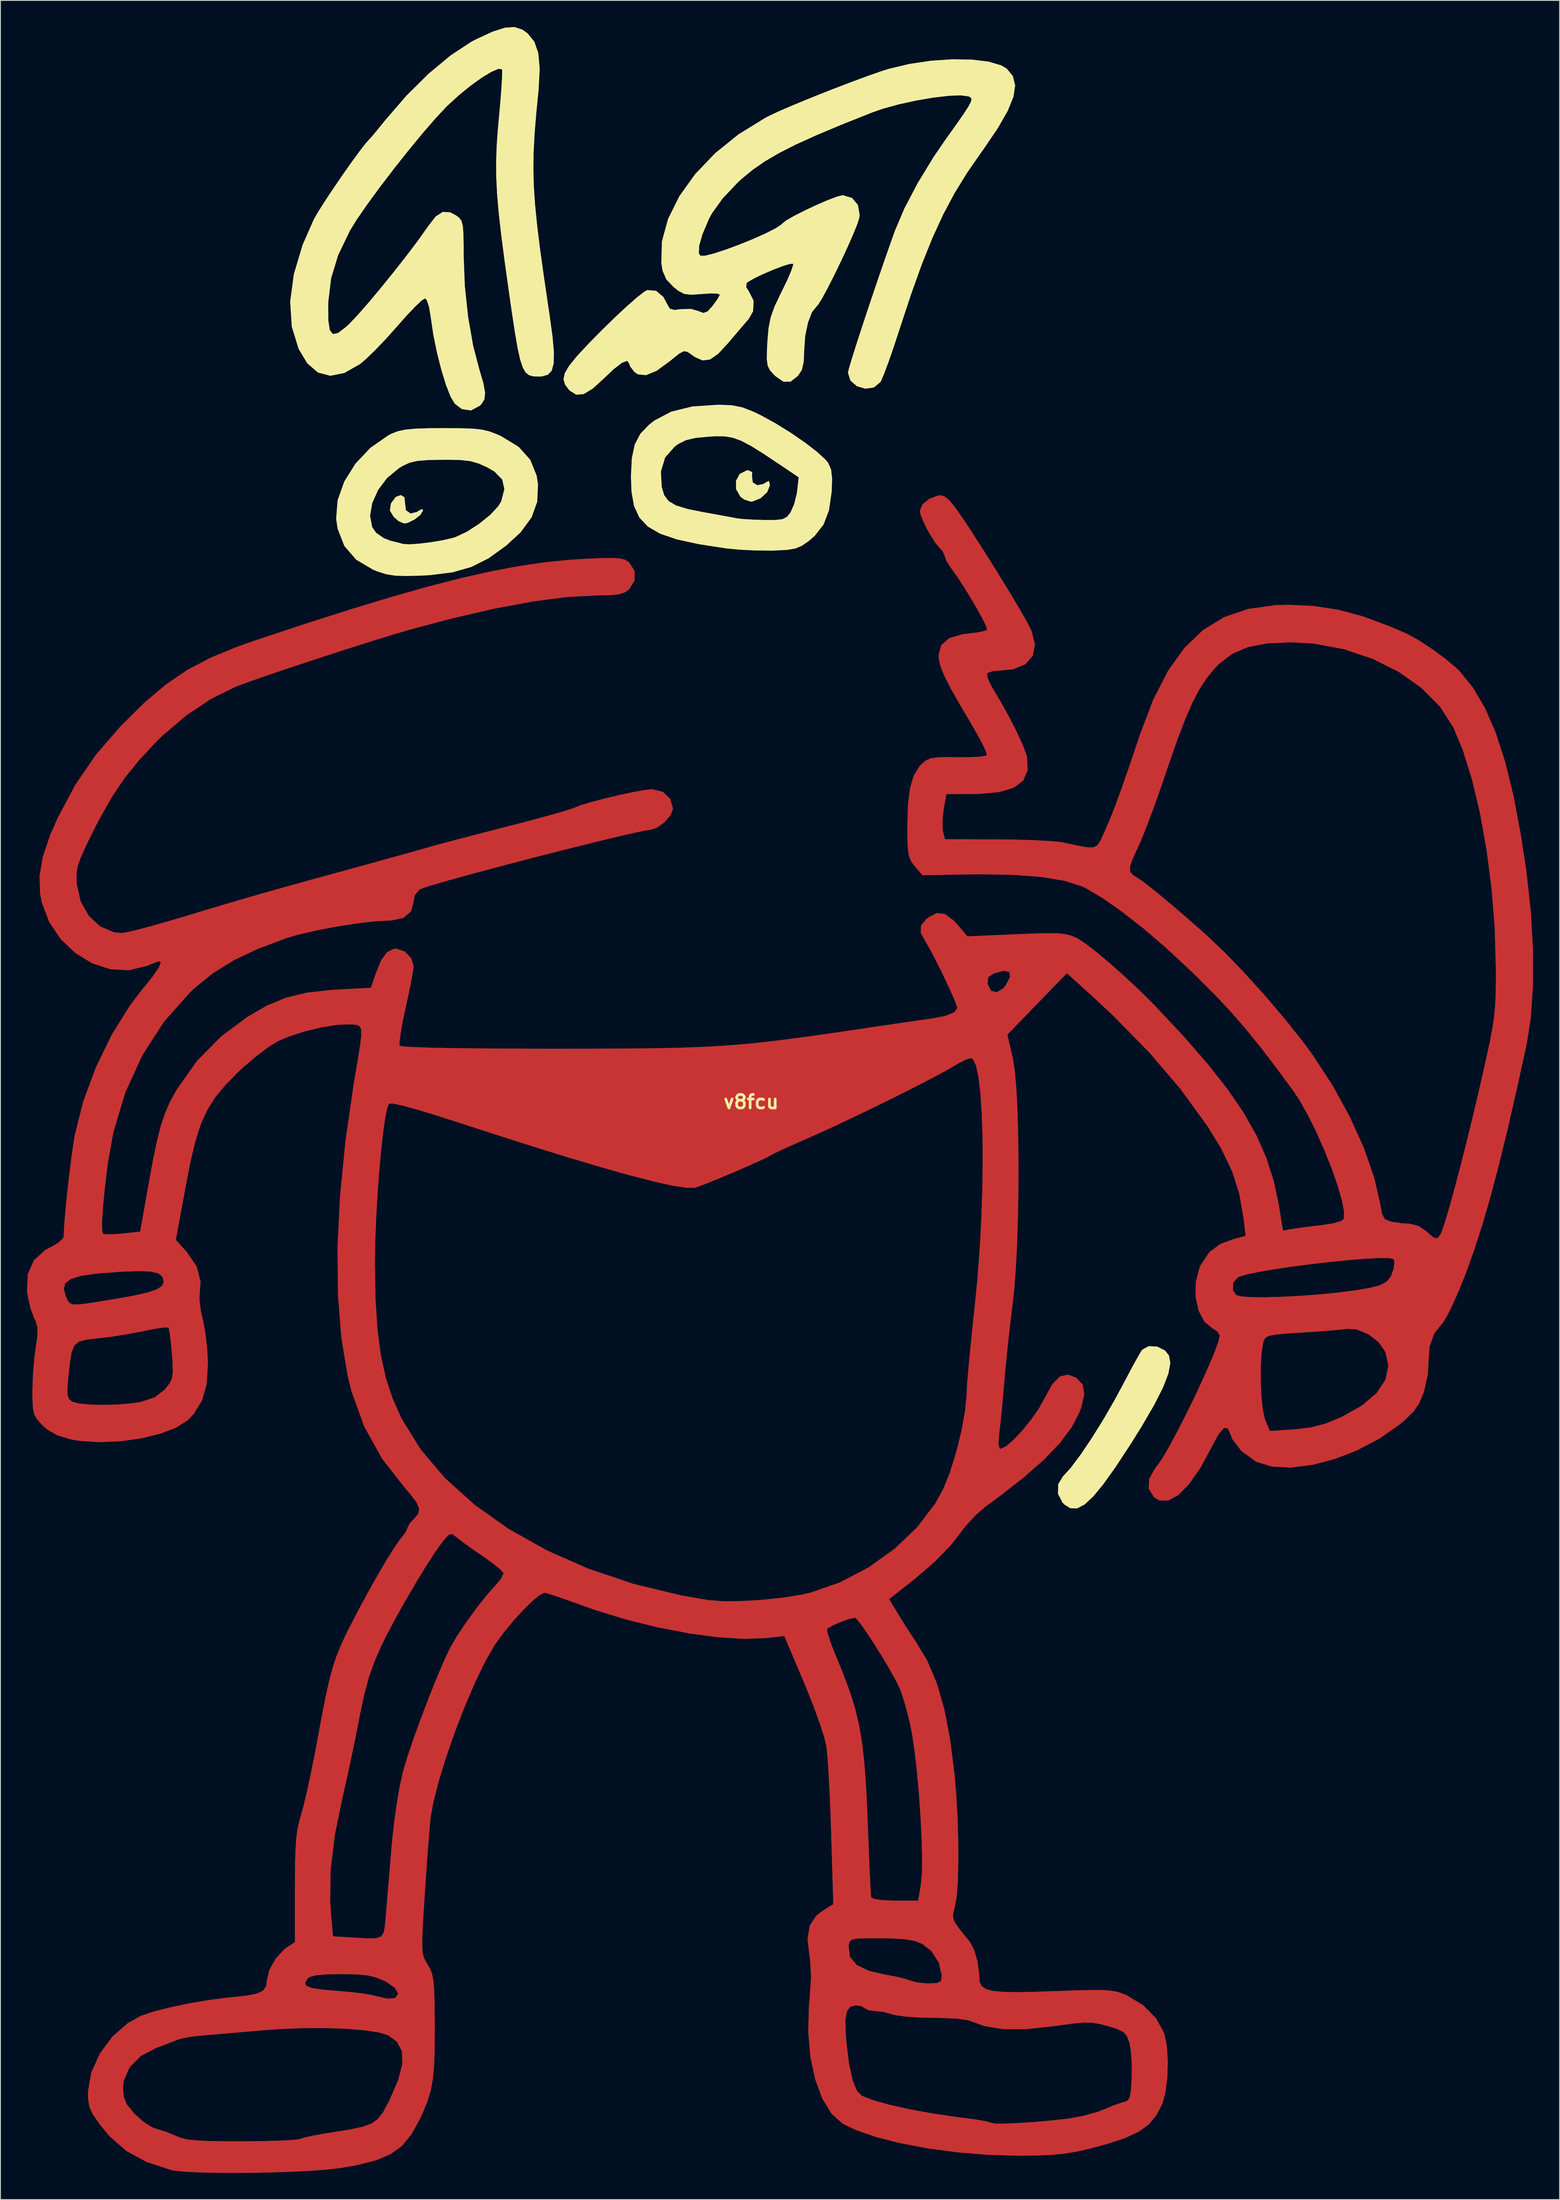
<source format=kicad_pcb>
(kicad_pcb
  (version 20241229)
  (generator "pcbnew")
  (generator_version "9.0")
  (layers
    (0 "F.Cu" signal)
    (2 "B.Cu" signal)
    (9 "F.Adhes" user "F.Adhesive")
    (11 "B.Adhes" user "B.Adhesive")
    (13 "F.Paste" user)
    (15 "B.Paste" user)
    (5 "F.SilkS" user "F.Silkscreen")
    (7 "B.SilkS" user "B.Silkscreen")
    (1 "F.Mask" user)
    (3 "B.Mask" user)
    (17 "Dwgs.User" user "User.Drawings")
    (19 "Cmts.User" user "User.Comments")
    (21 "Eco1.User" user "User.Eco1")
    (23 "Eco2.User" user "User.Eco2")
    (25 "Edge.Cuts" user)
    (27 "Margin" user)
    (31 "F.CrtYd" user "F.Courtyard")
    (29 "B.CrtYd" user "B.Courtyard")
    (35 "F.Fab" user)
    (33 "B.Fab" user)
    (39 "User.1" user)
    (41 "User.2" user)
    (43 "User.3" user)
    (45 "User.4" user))
  (footprint "v8fcu"
    (layer "F.Cu")
    (at 82.649 121.434)
    (property "Reference" "v8fcu" (at -0.9 -0.15 0) (layer "F.SilkS") (effects (font (size 1.524 1.524) (thickness 0.3))))
    (attr through_hole)
    (fp_poly (pts (xy 20.947 -68.468) (xy 21.453 -68.05) (xy 22.116 -67.251) (xy 23.005 -65.99) (xy 23.909 -64.62) (xy 25.475 -62.181) (xy 26.946 -59.842) (xy 28.263 -57.698) (xy 29.369 -55.844) (xy 30.208 -54.374) (xy 30.721 -53.384) (xy 30.762 -53.293) (xy 31.146 -51.76) (xy 30.9 -50.486) (xy 30.073 -49.535) (xy 28.711 -48.968) (xy 27.366 -48.833) (xy 26.421 -48.756) (xy 25.815 -48.563) (xy 25.743 -48.494) (xy 25.788 -48.015) (xy 26.147 -47.206) (xy 26.374 -46.818) (xy 27.332 -45.216) (xy 28.275 -43.5) (xy 29.121 -41.834) (xy 29.788 -40.381) (xy 30.194 -39.306) (xy 30.26 -39.044) (xy 30.316 -37.557) (xy 29.827 -36.417) (xy 28.769 -35.606) (xy 27.116 -35.105) (xy 24.843 -34.898) (xy 24.325 -34.89) (xy 21.151 -34.874) (xy 20.847 -33.211) (xy 20.708 -32.013) (xy 20.716 -30.961) (xy 20.764 -30.665) (xy 20.986 -29.783) (xy 26.888 -29.768) (xy 28.992 -29.742) (xy 30.97 -29.682) (xy 32.662 -29.593) (xy 33.907 -29.485) (xy 34.378 -29.412) (xy 36.008 -29.059) (xy 37.091 -28.865) (xy 37.777 -28.871) (xy 38.216 -29.119) (xy 38.555 -29.651) (xy 38.946 -30.51) (xy 39.042 -30.72) (xy 39.59 -31.987) (xy 40.206 -33.552) (xy 40.921 -35.505) (xy 41.769 -37.936) (xy 42.783 -40.934) (xy 43.006 -41.601) (xy 44.492 -45.505) (xy 46.148 -48.748) (xy 48.011 -51.364) (xy 50.118 -53.384) (xy 52.507 -54.841) (xy 55.214 -55.769) (xy 58.278 -56.199) (xy 59.707 -56.239) (xy 62.626 -56.104) (xy 65.409 -55.677) (xy 68.248 -54.909) (xy 71.33 -53.756) (xy 73.183 -52.947) (xy 74.435 -52.264) (xy 75.941 -51.28) (xy 77.446 -50.176) (xy 78.692 -49.137) (xy 79.07 -48.77) (xy 80.599 -46.886) (xy 81.96 -44.579) (xy 83.166 -41.801) (xy 84.236 -38.505) (xy 85.184 -34.642) (xy 86.027 -30.163) (xy 86.635 -26.115) (xy 87.129 -21.629) (xy 87.374 -17.296) (xy 87.373 -13.245) (xy 87.123 -9.606) (xy 86.663 -6.676) (xy 85.533 -1.512) (xy 84.489 3.03) (xy 83.51 7.025) (xy 82.577 10.549) (xy 81.668 13.677) (xy 80.765 16.485) (xy 79.846 19.048) (xy 79.632 19.606) (xy 78.97 21.232) (xy 78.305 22.725) (xy 77.709 23.935) (xy 77.254 24.713) (xy 77.097 24.897) (xy 76.236 25.967) (xy 75.707 27.453) (xy 75.592 28.954) (xy 75.496 30.645) (xy 75.097 32.438) (xy 75.024 32.658) (xy 74.526 33.857) (xy 73.866 34.823) (xy 72.858 35.802) (xy 72.313 36.255) (xy 70.052 37.838) (xy 67.573 39.146) (xy 64.998 40.149) (xy 62.45 40.815) (xy 60.051 41.114) (xy 57.925 41.013) (xy 56.194 40.483) (xy 56.035 40.398) (xy 54.452 39.249) (xy 53.45 37.938) (xy 53.216 37.333) (xy 52.903 36.679) (xy 52.479 36.659) (xy 51.92 37.289) (xy 51.203 38.583) (xy 51.135 38.724) (xy 49.836 41.133) (xy 48.56 42.972) (xy 47.338 44.216) (xy 46.198 44.839) (xy 45.169 44.817) (xy 44.585 44.455) (xy 43.992 43.507) (xy 44.05 42.377) (xy 44.754 41.138) (xy 44.913 40.949) (xy 45.469 40.167) (xy 46.217 38.904) (xy 47.096 37.285) (xy 48.049 35.43) (xy 49.017 33.462) (xy 49.94 31.503) (xy 49.965 31.448) (xy 56.637 31.448) (xy 56.719 33.172) (xy 56.88 34.651) (xy 57.114 35.666) (xy 57.135 35.718) (xy 57.667 36.992) (xy 60.429 36.803) (xy 62.315 36.585) (xy 63.96 36.155) (xy 65.763 35.409) (xy 65.806 35.389) (xy 68.083 34.106) (xy 69.728 32.7) (xy 70.723 31.197) (xy 71.05 29.625) (xy 70.727 28.104) (xy 69.956 26.976) (xy 68.789 26.067) (xy 67.469 25.526) (xy 66.425 25.465) (xy 65.595 25.559) (xy 64.259 25.676) (xy 62.616 25.798) (xy 61.204 25.889) (xy 59.465 26) (xy 58.304 26.107) (xy 57.591 26.244) (xy 57.201 26.443) (xy 57.005 26.739) (xy 56.918 27.014) (xy 56.731 28.148) (xy 56.639 29.7) (xy 56.637 31.448) (xy 49.965 31.448) (xy 50.761 29.675) (xy 51.42 28.1) (xy 51.858 26.9) (xy 52.017 26.199) (xy 51.729 25.743) (xy 51.223 25.422) (xy 50.276 24.649) (xy 49.619 23.4) (xy 49.284 21.854) (xy 49.293 21.096) (xy 53.505 21.096) (xy 53.837 21.637) (xy 54.365 21.797) (xy 55.473 21.883) (xy 57.037 21.9) (xy 58.937 21.851) (xy 61.049 21.742) (xy 63.251 21.577) (xy 65.423 21.361) (xy 67.01 21.159) (xy 68.812 20.871) (xy 70.042 20.56) (xy 70.831 20.155) (xy 71.311 19.583) (xy 71.613 18.773) (xy 71.654 18.619) (xy 71.731 17.907) (xy 71.641 17.593) (xy 71.146 17.481) (xy 70.075 17.47) (xy 68.547 17.546) (xy 66.68 17.694) (xy 64.595 17.9) (xy 62.411 18.151) (xy 60.248 18.433) (xy 58.224 18.731) (xy 56.459 19.032) (xy 55.074 19.322) (xy 54.186 19.586) (xy 54.058 19.646) (xy 53.518 20.271) (xy 53.505 21.096) (xy 49.293 21.096) (xy 49.305 20.193) (xy 49.715 18.597) (xy 49.895 18.204) (xy 50.839 16.807) (xy 52.086 15.881) (xy 53.562 15.338) (xy 54.93 14.968) (xy 54.696 12.965) (xy 54.213 10.209) (xy 53.393 7.649) (xy 52.155 5.076) (xy 50.635 2.604) (xy 47.594 -1.579) (xy 44.061 -5.717) (xy 39.961 -9.896) (xy 37.475 -12.208) (xy 34.752 -14.669) (xy 31.391 -11.202) (xy 28.03 -7.735) (xy 28.646 -5.089) (xy 28.866 -3.716) (xy 29.04 -1.755) (xy 29.169 0.676) (xy 29.252 3.461) (xy 29.29 6.484) (xy 29.283 9.626) (xy 29.23 12.773) (xy 29.132 15.806) (xy 28.99 18.61) (xy 28.802 21.067) (xy 28.632 22.604) (xy 28.355 24.869) (xy 28.074 27.401) (xy 27.827 29.847) (xy 27.686 31.424) (xy 27.526 33.269) (xy 27.36 35.03) (xy 27.208 36.491) (xy 27.106 37.333) (xy 27.022 38.474) (xy 27.169 38.983) (xy 27.251 39.008) (xy 27.861 38.732) (xy 28.723 37.997) (xy 29.714 36.942) (xy 30.714 35.708) (xy 31.601 34.434) (xy 32.254 33.26) (xy 32.267 33.232) (xy 33.114 31.696) (xy 33.975 30.838) (xy 34.893 30.631) (xy 35.798 30.977) (xy 36.522 31.732) (xy 36.718 32.818) (xy 36.39 34.299) (xy 36.175 34.867) (xy 35.298 36.554) (xy 33.99 38.31) (xy 32.202 40.183) (xy 29.887 42.222) (xy 26.995 44.475) (xy 25.544 45.535) (xy 24.425 46.501) (xy 23.341 47.689) (xy 22.997 48.147) (xy 21.59 49.944) (xy 19.825 51.745) (xy 17.575 53.68) (xy 16.974 54.158) (xy 14.683 55.958) (xy 15.799 57.805) (xy 16.548 59.012) (xy 17.281 60.145) (xy 17.664 60.707) (xy 18.975 62.88) (xy 20.047 65.397) (xy 20.905 68.347) (xy 21.576 71.817) (xy 22.064 75.697) (xy 22.271 78.164) (xy 22.412 80.745) (xy 22.487 83.304) (xy 22.496 85.706) (xy 22.439 87.817) (xy 22.315 89.502) (xy 22.123 90.624) (xy 22.114 90.656) (xy 21.929 91.326) (xy 21.891 91.846) (xy 22.069 92.373) (xy 22.527 93.064) (xy 23.334 94.074) (xy 23.829 94.676) (xy 24.3 95.579) (xy 24.666 96.878) (xy 24.846 98.265) (xy 24.853 98.546) (xy 24.911 99.165) (xy 25.138 99.633) (xy 25.617 99.965) (xy 26.427 100.177) (xy 27.649 100.286) (xy 29.365 100.307) (xy 31.656 100.255) (xy 33.341 100.195) (xy 35.671 100.112) (xy 37.417 100.069) (xy 38.698 100.073) (xy 39.635 100.13) (xy 40.347 100.248) (xy 40.955 100.434) (xy 41.505 100.662) (xy 43.347 101.775) (xy 44.814 103.257) (xy 45.735 104.926) (xy 46.031 106.323) (xy 46.147 108.107) (xy 46.088 110.002) (xy 45.862 111.731) (xy 45.528 112.902) (xy 44.87 114.179) (xy 44.033 115.2) (xy 42.907 116.035) (xy 41.378 116.755) (xy 39.336 117.431) (xy 37.59 117.902) (xy 35.993 118.276) (xy 34.533 118.527) (xy 32.992 118.677) (xy 31.151 118.749) (xy 29.147 118.766) (xy 25.754 118.665) (xy 22.33 118.379) (xy 19.001 117.93) (xy 15.894 117.341) (xy 13.133 116.637) (xy 10.847 115.839) (xy 9.405 115.127) (xy 8.162 113.999) (xy 7.127 112.295) (xy 6.327 110.124) (xy 5.792 107.594) (xy 5.55 104.812) (xy 5.587 103.455) (xy 9.747 103.455) (xy 9.781 104.991) (xy 9.845 105.8) (xy 10.149 108.347) (xy 10.546 110.217) (xy 11.044 111.435) (xy 11.595 112.001) (xy 12.847 112.493) (xy 14.672 113.007) (xy 16.939 113.514) (xy 19.519 113.986) (xy 22.28 114.396) (xy 23.232 114.515) (xy 24.565 114.697) (xy 25.61 114.882) (xy 26.183 115.037) (xy 26.23 115.067) (xy 26.666 115.142) (xy 27.66 115.148) (xy 29.07 115.092) (xy 30.753 114.984) (xy 32.567 114.83) (xy 34.369 114.64) (xy 35.083 114.552) (xy 36.599 114.271) (xy 38.104 113.858) (xy 38.964 113.534) (xy 40.051 113.079) (xy 40.973 112.756) (xy 41.257 112.684) (xy 41.625 112.535) (xy 41.852 112.153) (xy 41.985 111.385) (xy 42.067 110.079) (xy 42.074 109.913) (xy 42.078 108.412) (xy 41.984 107.007) (xy 41.811 106.001) (xy 41.809 105.994) (xy 41.535 105.262) (xy 41.124 104.795) (xy 40.381 104.446) (xy 39.363 104.137) (xy 38.386 103.886) (xy 37.541 103.754) (xy 36.631 103.742) (xy 35.457 103.849) (xy 33.823 104.074) (xy 33.454 104.129) (xy 30.183 104.483) (xy 27.491 104.485) (xy 25.39 104.134) (xy 24.464 103.778) (xy 23.57 103.476) (xy 22.273 103.295) (xy 20.445 103.219) (xy 19.706 103.214) (xy 18.064 103.176) (xy 16.589 103.075) (xy 15.487 102.928) (xy 15.086 102.822) (xy 14.002 102.532) (xy 13.129 102.446) (xy 12.348 102.348) (xy 11.962 102.132) (xy 11.487 101.875) (xy 10.921 101.803) (xy 10.292 101.955) (xy 9.909 102.475) (xy 9.747 103.455) (xy 5.587 103.455) (xy 5.63 101.886) (xy 5.696 101.213) (xy 5.875 98.634) (xy 5.763 96.654) (xy 5.698 96.284) (xy 5.566 95.119) (xy 10.108 95.119) (xy 10.255 96.31) (xy 11.018 97.236) (xy 12.417 97.912) (xy 14.005 98.283) (xy 15.336 98.532) (xy 16.432 98.788) (xy 17.07 98.998) (xy 17.092 99.01) (xy 17.765 99.203) (xy 18.794 99.314) (xy 19.12 99.323) (xy 20.064 99.289) (xy 20.498 99.093) (xy 20.616 98.62) (xy 20.619 98.434) (xy 20.298 96.976) (xy 19.441 95.663) (xy 18.409 94.854) (xy 17.592 94.536) (xy 16.477 94.341) (xy 14.907 94.247) (xy 13.74 94.231) (xy 12.139 94.23) (xy 11.11 94.265) (xy 10.522 94.368) (xy 10.241 94.571) (xy 10.135 94.906) (xy 10.108 95.119) (xy 5.566 95.119) (xy 5.473 94.301) (xy 5.729 92.78) (xy 6.485 91.649) (xy 7.103 91.179) (xy 8.379 90.39) (xy 8.141 82.402) (xy 8.057 79.967) (xy 7.957 77.653) (xy 7.847 75.592) (xy 7.735 73.918) (xy 7.628 72.766) (xy 7.59 72.492) (xy 7.341 71.491) (xy 6.862 70.012) (xy 6.213 68.222) (xy 5.453 66.287) (xy 5.061 65.346) (xy 2.844 60.122) (xy 0.884 60.347) (xy -1.612 60.45) (xy -4.596 60.267) (xy -7.925 59.823) (xy -10.299 59.366) (xy 7.66 59.366) (xy 7.738 59.823) (xy 8.04 60.747) (xy 8.508 61.963) (xy 8.653 62.314) (xy 9.535 64.474) (xy 10.249 66.401) (xy 10.817 68.215) (xy 11.261 70.034) (xy 11.601 71.977) (xy 11.859 74.163) (xy 12.057 76.711) (xy 12.214 79.741) (xy 12.338 82.929) (xy 12.416 84.988) (xy 12.493 86.808) (xy 12.565 88.27) (xy 12.626 89.254) (xy 12.665 89.632) (xy 13.042 89.803) (xy 13.94 89.928) (xy 15.177 89.984) (xy 15.366 89.985) (xy 17.964 89.985) (xy 18.285 88.044) (xy 18.386 86.838) (xy 18.404 85.08) (xy 18.348 82.92) (xy 18.228 80.505) (xy 18.052 77.983) (xy 17.83 75.503) (xy 17.571 73.214) (xy 17.284 71.263) (xy 17.225 70.935) (xy 16.863 69.254) (xy 16.419 67.602) (xy 15.975 66.272) (xy 15.862 65.996) (xy 15.373 65.013) (xy 14.674 63.763) (xy 13.848 62.378) (xy 12.982 60.993) (xy 12.158 59.741) (xy 11.463 58.755) (xy 10.98 58.168) (xy 10.828 58.064) (xy 10.188 58.197) (xy 9.294 58.508) (xy 8.407 58.889) (xy 7.79 59.232) (xy 7.66 59.366) (xy -10.299 59.366) (xy -11.452 59.144) (xy -15.035 58.255) (xy -18.527 57.181) (xy -19.708 56.764) (xy -21.32 56.183) (xy -22.699 55.703) (xy -23.708 55.372) (xy -24.206 55.237) (xy -24.221 55.236) (xy -24.772 55.499) (xy -25.628 56.207) (xy -26.675 57.239) (xy -27.797 58.473) (xy -28.878 59.79) (xy -29.803 61.067) (xy -29.847 61.135) (xy -30.896 62.951) (xy -32.028 65.282) (xy -33.18 67.962) (xy -34.292 70.826) (xy -35.302 73.707) (xy -36.148 76.441) (xy -36.768 78.861) (xy -37.072 80.543) (xy -37.162 81.427) (xy -37.285 82.87) (xy -37.428 84.728) (xy -37.582 86.859) (xy -37.733 89.103) (xy -37.885 91.465) (xy -37.986 93.232) (xy -38.032 94.513) (xy -38.019 95.415) (xy -37.942 96.047) (xy -37.797 96.518) (xy -37.58 96.936) (xy -37.407 97.217) (xy -37.114 97.737) (xy -36.905 98.297) (xy -36.765 99.023) (xy -36.68 100.042) (xy -36.636 101.48) (xy -36.617 103.464) (xy -36.614 104.096) (xy -36.624 106.624) (xy -36.69 108.599) (xy -36.838 110.175) (xy -37.092 111.503) (xy -37.477 112.737) (xy -38.018 114.028) (xy -38.339 114.71) (xy -39.259 116.365) (xy -40.298 117.629) (xy -41.581 118.576) (xy -43.231 119.283) (xy -45.372 119.825) (xy -47.29 120.156) (xy -48.829 120.333) (xy -50.811 120.478) (xy -53.103 120.59) (xy -55.571 120.667) (xy -58.081 120.707) (xy -60.5 120.709) (xy -62.695 120.672) (xy -64.532 120.593) (xy -65.877 120.471) (xy -66.387 120.379) (xy -69.156 119.466) (xy -71.407 118.242) (xy -73.296 116.607) (xy -74.477 115.177) (xy -75.233 114.07) (xy -75.626 113.194) (xy -75.762 112.252) (xy -75.762 111.478) (xy -75.698 111.12) (xy -71.808 111.12) (xy -71.723 112.144) (xy -71.377 112.97) (xy -70.636 113.894) (xy -70.459 114.084) (xy -69.508 114.936) (xy -68.549 115.552) (xy -68.078 115.728) (xy -67.043 116.035) (xy -65.908 116.498) (xy -65.811 116.545) (xy -65.235 116.772) (xy -64.501 116.935) (xy -63.493 117.044) (xy -62.097 117.108) (xy -60.196 117.136) (xy -58.403 117.138) (xy -56.367 117.121) (xy -54.566 117.078) (xy -53.122 117.016) (xy -52.159 116.94) (xy -51.814 116.869) (xy -51.3 116.706) (xy -50.266 116.483) (xy -48.891 116.237) (xy -48.11 116.113) (xy -46.139 115.799) (xy -44.727 115.495) (xy -43.735 115.124) (xy -43.023 114.605) (xy -42.45 113.858) (xy -41.878 112.805) (xy -41.716 112.481) (xy -40.739 110.223) (xy -40.273 108.407) (xy -40.32 106.985) (xy -40.879 105.913) (xy -41.876 105.18) (xy -42.924 104.858) (xy -44.548 104.611) (xy -46.619 104.446) (xy -49.012 104.366) (xy -51.599 104.376) (xy -54.253 104.483) (xy -56.11 104.619) (xy -58.069 104.792) (xy -59.992 104.958) (xy -61.654 105.099) (xy -62.812 105.194) (xy -64.081 105.335) (xy -65.147 105.526) (xy -65.635 105.671) (xy -66.381 105.973) (xy -67.467 106.385) (xy -68.024 106.589) (xy -69.802 107.511) (xy -71.057 108.768) (xy -71.72 110.278) (xy -71.808 111.12) (xy -75.698 111.12) (xy -75.381 109.346) (xy -74.426 107.244) (xy -73.016 105.34) (xy -71.269 103.802) (xy -69.774 102.976) (xy -68.417 102.518) (xy -66.565 102.042) (xy -64.427 101.592) (xy -62.212 101.211) (xy -60.129 100.94) (xy -59.638 100.893) (xy -57.863 100.704) (xy -56.682 100.466) (xy -55.982 100.128) (xy -55.652 99.639) (xy -55.605 99.259) (xy -51.253 99.259) (xy -51.112 99.601) (xy -50.483 99.846) (xy -49.289 100.027) (xy -47.744 100.157) (xy -46.16 100.293) (xy -44.729 100.464) (xy -43.679 100.642) (xy -43.41 100.71) (xy -41.956 101.043) (xy -41.075 100.969) (xy -40.764 100.486) (xy -40.764 100.454) (xy -41.095 99.848) (xy -42.03 99.185) (xy -42.302 99.043) (xy -43.218 98.656) (xy -44.21 98.421) (xy -45.488 98.305) (xy -47.198 98.275) (xy -48.933 98.307) (xy -50.079 98.413) (xy -50.749 98.609) (xy -50.982 98.789) (xy -51.253 99.259) (xy -55.605 99.259) (xy -55.579 99.056) (xy -55.301 97.828) (xy -54.582 96.537) (xy -53.597 95.469) (xy -53.304 95.255) (xy -52.406 94.666) (xy -52.406 90.111) (xy -48.421 90.111) (xy -48.364 90.98) (xy -48.112 94.01) (xy -45.937 94.14) (xy -44.322 94.238) (xy -43.277 94.236) (xy -42.669 94.036) (xy -42.361 93.541) (xy -42.219 92.654) (xy -42.117 91.396) (xy -41.996 89.94) (xy -41.836 88.023) (xy -41.657 85.887) (xy -41.479 83.774) (xy -41.467 83.636) (xy -41.242 81.483) (xy -40.936 79.245) (xy -40.587 77.183) (xy -40.235 75.558) (xy -40.226 75.522) (xy -39.743 73.889) (xy -39.042 71.805) (xy -38.194 69.46) (xy -37.272 67.044) (xy -36.349 64.748) (xy -35.498 62.764) (xy -34.857 61.41) (xy -34.122 60.156) (xy -33.081 58.603) (xy -31.896 56.977) (xy -30.732 55.502) (xy -29.754 54.405) (xy -29.75 54.4) (xy -29.141 53.672) (xy -28.863 53.097) (xy -28.867 52.989) (xy -29.204 52.613) (xy -29.981 51.981) (xy -31.041 51.216) (xy -31.264 51.065) (xy -32.451 50.248) (xy -33.477 49.507) (xy -34.14 48.99) (xy -34.184 48.951) (xy -34.643 48.611) (xy -35.019 48.684) (xy -35.538 49.24) (xy -35.681 49.417) (xy -36.506 50.559) (xy -37.555 52.172) (xy -38.734 54.097) (xy -39.949 56.175) (xy -41.108 58.246) (xy -42.115 60.153) (xy -42.673 61.288) (xy -43.439 63.045) (xy -44.048 64.771) (xy -44.569 66.697) (xy -45.071 69.056) (xy -45.161 69.524) (xy -45.597 71.733) (xy -46.087 74.099) (xy -46.573 76.338) (xy -46.993 78.166) (xy -46.994 78.167) (xy -47.903 82.595) (xy -48.376 86.551) (xy -48.421 90.111) (xy -52.406 90.111) (xy -52.406 88.579) (xy -52.393 86.198) (xy -52.346 84.382) (xy -52.255 82.989) (xy -52.106 81.88) (xy -51.888 80.914) (xy -51.711 80.317) (xy -51.411 79.225) (xy -51.03 77.61) (xy -50.606 75.644) (xy -50.176 73.499) (xy -49.915 72.107) (xy -49.391 69.285) (xy -48.948 67.036) (xy -48.549 65.238) (xy -48.161 63.767) (xy -47.749 62.502) (xy -47.278 61.318) (xy -46.713 60.093) (xy -46.275 59.209) (xy -45.242 57.209) (xy -44.145 55.181) (xy -43.055 53.246) (xy -42.044 51.528) (xy -41.183 50.149) (xy -40.544 49.233) (xy -40.382 49.04) (xy -39.884 48.385) (xy -39.706 47.948) (xy -39.467 47.461) (xy -39 46.946) (xy -38.483 46.348) (xy -38.37 45.741) (xy -38.698 44.99) (xy -39.503 43.958) (xy -39.936 43.47) (xy -42.565 40.107) (xy -44.571 36.494) (xy -46.009 32.524) (xy -46.447 30.771) (xy -47.16 26.477) (xy -47.541 21.62) (xy -47.571 18.194) (xy -43.372 18.194) (xy -43.301 22.143) (xy -43.086 25.513) (xy -42.706 28.422) (xy -42.142 30.986) (xy -41.373 33.323) (xy -40.379 35.548) (xy -40.336 35.632) (xy -38.201 39.084) (xy -35.439 42.327) (xy -32.105 45.327) (xy -28.255 48.052) (xy -23.945 50.468) (xy -19.231 52.543) (xy -14.169 54.244) (xy -8.814 55.538) (xy -5.662 56.079) (xy -4.041 56.198) (xy -1.962 56.18) (xy 0.346 56.041) (xy 2.653 55.799) (xy 4.728 55.471) (xy 5.803 55.23) (xy 9.169 54.055) (xy 12.377 52.373) (xy 15.308 50.277) (xy 17.844 47.858) (xy 19.869 45.208) (xy 20.794 43.535) (xy 21.544 41.672) (xy 22.242 39.433) (xy 22.829 37.062) (xy 23.246 34.804) (xy 23.434 32.903) (xy 23.439 32.658) (xy 23.48 31.844) (xy 23.591 30.455) (xy 23.759 28.62) (xy 23.973 26.464) (xy 24.221 24.115) (xy 24.326 23.154) (xy 24.653 19.83) (xy 24.908 16.44) (xy 25.091 13.058) (xy 25.205 9.758) (xy 25.25 6.61) (xy 25.228 3.689) (xy 25.138 1.066) (xy 24.983 -1.185) (xy 24.764 -2.991) (xy 24.48 -4.281) (xy 24.135 -4.981) (xy 23.915 -5.089) (xy 23.336 -4.911) (xy 22.453 -4.463) (xy 22.073 -4.234) (xy 21.072 -3.654) (xy 19.556 -2.842) (xy 17.65 -1.859) (xy 15.482 -0.769) (xy 13.176 0.367) (xy 10.86 1.487) (xy 8.658 2.527) (xy 6.698 3.425) (xy 5.626 3.898) (xy 4.083 4.574) (xy 2.768 5.167) (xy 1.823 5.612) (xy 1.393 5.842) (xy 0.886 6.119) (xy -0.113 6.588) (xy -1.442 7.181) (xy -2.937 7.827) (xy -4.437 8.456) (xy -5.777 9.001) (xy -6.795 9.39) (xy -7.255 9.539) (xy -8.148 9.554) (xy -9.687 9.321) (xy -11.859 8.842) (xy -14.653 8.121) (xy -18.056 7.161) (xy -22.054 5.965) (xy -26.635 4.538) (xy -31.788 2.883) (xy -33.796 2.227) (xy -36.413 1.387) (xy -38.569 0.734) (xy -40.214 0.283) (xy -41.299 0.046) (xy -41.774 0.037) (xy -41.782 0.044) (xy -41.998 0.599) (xy -42.226 1.752) (xy -42.456 3.395) (xy -42.68 5.419) (xy -42.888 7.716) (xy -43.07 10.179) (xy -43.217 12.699) (xy -43.32 15.169) (xy -43.369 17.481) (xy -43.372 18.194) (xy -47.571 18.194) (xy -47.589 16.261) (xy -47.306 10.458) (xy -46.695 4.27) (xy -45.756 -2.245) (xy -45.634 -2.972) (xy -45.271 -5.105) (xy -45.028 -6.641) (xy -44.911 -7.681) (xy -44.929 -8.325) (xy -45.088 -8.673) (xy -45.397 -8.825) (xy -45.863 -8.882) (xy -46.082 -8.899) (xy -47.541 -8.855) (xy -49.383 -8.565) (xy -51.355 -8.087) (xy -53.205 -7.48) (xy -54.34 -6.985) (xy -55.424 -6.313) (xy -56.777 -5.295) (xy -58.184 -4.1) (xy -58.891 -3.44) (xy -60.295 -2.002) (xy -61.411 -0.645) (xy -62.3 0.762) (xy -63.02 2.35) (xy -63.63 4.249) (xy -64.19 6.589) (xy -64.757 9.49) (xy -65.844 15.426) (xy -64.63 16.771) (xy -63.491 18.44) (xy -63.052 20.147) (xy -63.15 21.302) (xy -63.179 22.18) (xy -63.024 23.418) (xy -62.811 24.389) (xy -62.527 25.826) (xy -62.316 27.59) (xy -62.223 29.301) (xy -62.223 29.32) (xy -62.366 31.671) (xy -62.884 33.539) (xy -63.829 35.066) (xy -64.471 35.74) (xy -65.767 36.587) (xy -67.59 37.291) (xy -69.773 37.822) (xy -72.146 38.152) (xy -74.542 38.253) (xy -76.791 38.096) (xy -77.617 37.954) (xy -79.205 37.493) (xy -80.382 36.805) (xy -80.88 36.357) (xy -81.466 35.73) (xy -81.812 35.161) (xy -81.98 34.437) (xy -82.035 33.344) (xy -82.039 32.458) (xy -82.028 32.108) (xy -78.083 32.108) (xy -78.073 32.92) (xy -77.917 33.379) (xy -77.592 33.659) (xy -77.573 33.67) (xy -76.816 33.883) (xy -75.558 34.008) (xy -73.996 34.046) (xy -72.328 33.997) (xy -70.754 33.859) (xy -69.717 33.689) (xy -68.23 33.191) (xy -67.154 32.363) (xy -67.008 32.196) (xy -66.542 31.594) (xy -66.28 31.033) (xy -66.186 30.307) (xy -66.221 29.207) (xy -66.287 28.292) (xy -66.409 26.96) (xy -66.541 25.923) (xy -66.658 25.363) (xy -66.682 25.319) (xy -67.088 25.304) (xy -67.999 25.427) (xy -69.236 25.662) (xy -69.51 25.721) (xy -71.266 26.06) (xy -73.193 26.361) (xy -74.658 26.535) (xy -75.92 26.675) (xy -76.767 26.899) (xy -77.299 27.337) (xy -77.617 28.118) (xy -77.823 29.371) (xy -77.971 30.771) (xy -78.083 32.108) (xy -82.028 32.108) (xy -81.984 30.739) (xy -81.842 28.932) (xy -81.657 27.523) (xy -81.467 26.206) (xy -81.471 25.308) (xy -81.685 24.564) (xy -81.863 24.191) (xy -82.248 23.153) (xy -82.555 21.82) (xy -82.644 21.182) (xy -82.632 20.909) (xy -78.495 20.909) (xy -78.298 21.722) (xy -78.212 21.921) (xy -78.028 22.311) (xy -77.814 22.569) (xy -77.455 22.699) (xy -76.835 22.705) (xy -75.838 22.59) (xy -74.347 22.36) (xy -72.824 22.111) (xy -70.609 21.719) (xy -69.02 21.358) (xy -67.978 21) (xy -67.405 20.618) (xy -67.222 20.185) (xy -67.222 20.166) (xy -67.346 19.601) (xy -67.777 19.223) (xy -68.61 19.012) (xy -69.935 18.948) (xy -71.846 19.011) (xy -72.365 19.041) (xy -74.749 19.225) (xy -76.491 19.473) (xy -77.654 19.816) (xy -78.301 20.284) (xy -78.495 20.909) (xy -82.632 20.909) (xy -82.556 19.272) (xy -81.87 17.726) (xy -80.596 16.565) (xy -79.904 16.204) (xy -79.048 15.709) (xy -78.556 15.199) (xy -78.51 15.04) (xy -78.461 13.954) (xy -78.333 12.361) (xy -78.146 10.451) (xy -77.921 8.416) (xy -77.679 6.444) (xy -77.442 4.728) (xy -77.248 3.554) (xy -76.285 -0.238) (xy -74.861 -4.074) (xy -73.071 -7.747) (xy -71.01 -11.053) (xy -69.694 -12.761) (xy -68.464 -14.289) (xy -67.748 -15.339) (xy -67.547 -15.911) (xy -67.708 -16.025) (xy -68.088 -15.902) (xy -68.864 -15.597) (xy -69.108 -15.496) (xy -71.156 -14.998) (xy -73.255 -15.121) (xy -75.303 -15.795) (xy -77.201 -16.952) (xy -78.847 -18.523) (xy -80.139 -20.44) (xy -80.976 -22.635) (xy -81.177 -23.688) (xy -81.231 -25.656) (xy -80.862 -27.798) (xy -80.044 -30.234) (xy -79.172 -32.215) (xy -77.174 -35.958) (xy -74.893 -39.287) (xy -72.134 -42.48) (xy -71.873 -42.752) (xy -69.345 -45.237) (xy -66.982 -47.233) (xy -64.595 -48.859) (xy -61.996 -50.233) (xy -58.997 -51.475) (xy -56.879 -52.222) (xy -51.186 -54.107) (xy -46.081 -55.736) (xy -41.5 -57.126) (xy -37.379 -58.292) (xy -33.655 -59.249) (xy -30.263 -60.014) (xy -27.14 -60.603) (xy -24.223 -61.03) (xy -21.447 -61.312) (xy -19.684 -61.426) (xy -17.837 -61.507) (xy -16.558 -61.526) (xy -15.711 -61.472) (xy -15.16 -61.334) (xy -14.77 -61.1) (xy -14.657 -61.003) (xy -14.051 -60.042) (xy -14.071 -58.957) (xy -14.658 -58.006) (xy -15.134 -57.644) (xy -15.785 -57.429) (xy -16.79 -57.325) (xy -18.274 -57.298) (xy -21.575 -57.129) (xy -25.453 -56.63) (xy -29.866 -55.81) (xy -34.77 -54.677) (xy -39.46 -53.426) (xy -41.132 -52.936) (xy -43.246 -52.287) (xy -45.666 -51.523) (xy -48.254 -50.69) (xy -50.875 -49.833) (xy -53.39 -48.996) (xy -55.664 -48.224) (xy -57.56 -47.562) (xy -58.94 -47.054) (xy -59.108 -46.989) (xy -61.876 -45.625) (xy -64.698 -43.736) (xy -67.377 -41.456) (xy -68.007 -40.836) (xy -70.028 -38.672) (xy -71.69 -36.61) (xy -73.151 -34.423) (xy -74.573 -31.884) (xy -75.228 -30.595) (xy -76.053 -28.907) (xy -76.601 -27.684) (xy -76.919 -26.767) (xy -77.057 -25.996) (xy -77.065 -25.21) (xy -77.03 -24.709) (xy -76.593 -22.77) (xy -75.689 -21.152) (xy -74.416 -19.959) (xy -72.871 -19.298) (xy -71.959 -19.2) (xy -71.339 -19.299) (xy -70.176 -19.575) (xy -68.6 -19.993) (xy -66.742 -20.518) (xy -65.18 -20.98) (xy -62.705 -21.727) (xy -60.619 -22.352) (xy -58.778 -22.896) (xy -57.039 -23.402) (xy -55.259 -23.909) (xy -53.294 -24.46) (xy -51.001 -25.094) (xy -48.236 -25.854) (xy -46.761 -26.258) (xy -44.401 -26.906) (xy -42.179 -27.519) (xy -40.215 -28.064) (xy -38.63 -28.507) (xy -37.546 -28.815) (xy -37.236 -28.905) (xy -36.407 -29.137) (xy -35.027 -29.507) (xy -33.23 -29.98) (xy -31.15 -30.521) (xy -28.918 -31.095) (xy -28.593 -31.178) (xy -26.432 -31.737) (xy -24.48 -32.259) (xy -22.85 -32.711) (xy -21.654 -33.062) (xy -21.004 -33.281) (xy -20.945 -33.308) (xy -20.204 -33.602) (xy -18.962 -33.975) (xy -17.414 -34.383) (xy -15.752 -34.778) (xy -14.172 -35.115) (xy -12.866 -35.346) (xy -12.057 -35.428) (xy -10.865 -35.131) (xy -10.032 -34.343) (xy -9.719 -33.216) (xy -10.004 -32.476) (xy -10.698 -31.685) (xy -11.559 -31.067) (xy -12.292 -30.842) (xy -12.912 -30.753) (xy -14.114 -30.502) (xy -15.801 -30.115) (xy -17.875 -29.618) (xy -20.238 -29.035) (xy -22.792 -28.392) (xy -25.438 -27.713) (xy -28.08 -27.025) (xy -30.62 -26.353) (xy -32.959 -25.721) (xy -35 -25.155) (xy -36.644 -24.681) (xy -37.794 -24.323) (xy -38.336 -24.117) (xy -38.879 -23.458) (xy -39 -22.77) (xy -39.295 -21.642) (xy -40.15 -20.912) (xy -41.519 -20.616) (xy -41.751 -20.611) (xy -43.421 -20.519) (xy -45.534 -20.268) (xy -47.856 -19.9) (xy -50.152 -19.455) (xy -52.19 -18.972) (xy -53.425 -18.604) (xy -56.643 -17.393) (xy -59.314 -16.125) (xy -61.599 -14.709) (xy -63.655 -13.057) (xy -64.282 -12.472) (xy -67.193 -9.187) (xy -69.62 -5.43) (xy -71.53 -1.271) (xy -72.888 3.216) (xy -73.52 6.729) (xy -73.855 9.491) (xy -74.076 11.715) (xy -74.179 13.361) (xy -74.163 14.387) (xy -74.045 14.748) (xy -73.554 14.802) (xy -72.604 14.77) (xy -71.811 14.7) (xy -69.874 14.49) (xy -68.914 9.063) (xy -68.416 6.361) (xy -67.968 4.225) (xy -67.53 2.524) (xy -67.062 1.123) (xy -66.524 -0.111) (xy -65.875 -1.31) (xy -65.695 -1.612) (xy -63.44 -4.788) (xy -60.738 -7.519) (xy -57.835 -9.691) (xy -55.614 -10.99) (xy -53.442 -11.891) (xy -51.089 -12.464) (xy -48.329 -12.779) (xy -47.672 -12.819) (xy -43.821 -13.026) (xy -43.263 -14.658) (xy -42.645 -16.157) (xy -41.999 -17.044) (xy -41.246 -17.413) (xy -40.952 -17.436) (xy -40.016 -17.127) (xy -39.281 -16.371) (xy -39 -15.466) (xy -39.075 -14.861) (xy -39.279 -13.737) (xy -39.579 -12.261) (xy -39.896 -10.808) (xy -40.233 -9.206) (xy -40.474 -7.851) (xy -40.596 -6.891) (xy -40.581 -6.489) (xy -40.18 -6.408) (xy -39.108 -6.336) (xy -37.397 -6.275) (xy -35.082 -6.225) (xy -32.196 -6.187) (xy -28.772 -6.161) (xy -24.844 -6.148) (xy -23.078 -6.147) (xy -18.776 -6.15) (xy -15.076 -6.165) (xy -11.872 -6.197) (xy -9.061 -6.255) (xy -6.539 -6.344) (xy -4.2 -6.471) (xy -1.941 -6.645) (xy 0.343 -6.871) (xy 2.756 -7.156) (xy 5.402 -7.507) (xy 8.386 -7.931) (xy 11.812 -8.435) (xy 11.976 -8.46) (xy 14.084 -8.771) (xy 16.066 -9.062) (xy 17.768 -9.309) (xy 19.033 -9.489) (xy 19.561 -9.562) (xy 21.082 -9.86) (xy 22.047 -10.264) (xy 22.383 -10.739) (xy 22.233 -11.231) (xy 21.834 -12.184) (xy 21.265 -13.433) (xy 21.21 -13.548) (xy 25.795 -13.548) (xy 25.82 -13.405) (xy 26.198 -12.679) (xy 26.835 -12.525) (xy 27.56 -12.953) (xy 27.831 -13.281) (xy 28.335 -14.236) (xy 28.263 -14.797) (xy 27.639 -14.938) (xy 26.507 -14.639) (xy 25.879 -14.233) (xy 25.795 -13.548) (xy 21.21 -13.548) (xy 20.605 -14.814) (xy 19.933 -16.162) (xy 19.329 -17.312) (xy 18.87 -18.101) (xy 18.806 -18.196) (xy 18.249 -19.238) (xy 18.291 -20.057) (xy 18.948 -20.832) (xy 19.087 -20.944) (xy 20.051 -21.448) (xy 20.98 -21.347) (xy 21.975 -20.613) (xy 22.505 -20.029) (xy 23.509 -18.828) (xy 29.035 -19.065) (xy 31.155 -19.149) (xy 32.702 -19.185) (xy 33.808 -19.164) (xy 34.605 -19.077) (xy 35.224 -18.914) (xy 35.798 -18.668) (xy 35.969 -18.582) (xy 36.83 -18.025) (xy 38.063 -17.073) (xy 39.547 -15.831) (xy 41.156 -14.408) (xy 42.77 -12.909) (xy 44.264 -11.441) (xy 44.608 -11.087) (xy 47.87 -7.61) (xy 50.608 -4.475) (xy 52.87 -1.606) (xy 54.703 1.073) (xy 56.152 3.637) (xy 57.265 6.161) (xy 58.087 8.721) (xy 58.666 11.392) (xy 58.732 11.789) (xy 59.147 14.378) (xy 60.256 14.184) (xy 61.214 14.04) (xy 62.541 13.871) (xy 63.6 13.75) (xy 64.888 13.545) (xy 65.746 13.27) (xy 66.011 13.05) (xy 66.049 12.247) (xy 65.8 10.947) (xy 65.314 9.275) (xy 64.639 7.354) (xy 63.824 5.31) (xy 62.918 3.267) (xy 61.97 1.349) (xy 61.029 -0.321) (xy 60.352 -1.342) (xy 58.307 -4.111) (xy 56.53 -6.43) (xy 54.901 -8.438) (xy 53.3 -10.274) (xy 51.609 -12.077) (xy 49.706 -13.986) (xy 48.312 -15.338) (xy 45.814 -17.646) (xy 43.333 -19.763) (xy 40.972 -21.612) (xy 38.832 -23.115) (xy 37.013 -24.194) (xy 36.41 -24.484) (xy 34.48 -25.094) (xy 31.886 -25.523) (xy 28.644 -25.769) (xy 24.773 -25.829) (xy 23.856 -25.818) (xy 18.45 -25.726) (xy 17.61 -26.699) (xy 41.88 -26.699) (xy 41.891 -26.123) (xy 42.212 -25.734) (xy 42.58 -25.514) (xy 43.34 -25.01) (xy 44.573 -24.054) (xy 46.238 -22.677) (xy 48.298 -20.913) (xy 50.401 -19.068) (xy 52.449 -17.134) (xy 54.728 -14.779) (xy 57.085 -12.174) (xy 59.367 -9.492) (xy 61.423 -6.903) (xy 62.502 -5.442) (xy 64.729 -2.035) (xy 66.67 1.494) (xy 68.26 5.005) (xy 69.436 8.355) (xy 70.134 11.404) (xy 70.154 11.539) (xy 70.351 12.556) (xy 70.657 13.083) (xy 71.225 13.335) (xy 71.479 13.391) (xy 72.614 13.553) (xy 73.524 13.608) (xy 74.477 13.864) (xy 75.332 14.453) (xy 76.094 15.131) (xy 76.571 15.256) (xy 76.924 14.825) (xy 77.102 14.402) (xy 77.479 13.283) (xy 77.981 11.582) (xy 78.579 9.409) (xy 79.245 6.872) (xy 79.951 4.077) (xy 80.669 1.134) (xy 81.37 -1.849) (xy 81.541 -2.592) (xy 82.096 -5.054) (xy 82.511 -6.986) (xy 82.806 -8.548) (xy 82.999 -9.896) (xy 83.114 -11.189) (xy 83.168 -12.585) (xy 83.184 -14.242) (xy 83.183 -15.319) (xy 83.053 -19.758) (xy 82.696 -24.221) (xy 82.135 -28.587) (xy 81.391 -32.733) (xy 80.485 -36.537) (xy 79.44 -39.877) (xy 78.384 -42.411) (xy 76.871 -44.755) (xy 74.779 -46.861) (xy 72.206 -48.678) (xy 69.256 -50.151) (xy 66.027 -51.23) (xy 62.621 -51.861) (xy 60.018 -52.008) (xy 57.331 -51.879) (xy 55.176 -51.461) (xy 53.418 -50.707) (xy 51.926 -49.57) (xy 51.31 -48.925) (xy 50.477 -47.883) (xy 49.704 -46.689) (xy 48.947 -45.245) (xy 48.161 -43.454) (xy 47.3 -41.217) (xy 46.321 -38.437) (xy 45.859 -37.074) (xy 45.132 -34.959) (xy 44.393 -32.907) (xy 43.703 -31.084) (xy 43.126 -29.654) (xy 42.827 -28.985) (xy 42.189 -27.605) (xy 41.88 -26.699) (xy 17.61 -26.699) (xy 17.595 -26.716) (xy 17.201 -27.23) (xy 16.951 -27.784) (xy 16.811 -28.547) (xy 16.751 -29.687) (xy 16.739 -31.261) (xy 16.813 -33.724) (xy 17.051 -35.602) (xy 17.478 -37) (xy 18.119 -38.027) (xy 18.395 -38.314) (xy 18.874 -38.698) (xy 19.426 -38.928) (xy 20.228 -39.036) (xy 21.459 -39.054) (xy 22.382 -39.037) (xy 23.8 -39.038) (xy 24.931 -39.1) (xy 25.605 -39.211) (xy 25.713 -39.274) (xy 25.615 -39.678) (xy 25.208 -40.553) (xy 24.556 -41.77) (xy 23.725 -43.203) (xy 23.703 -43.239) (xy 22.417 -45.412) (xy 21.478 -47.095) (xy 20.841 -48.385) (xy 20.459 -49.381) (xy 20.288 -50.178) (xy 20.267 -50.555) (xy 20.565 -51.685) (xy 21.466 -52.471) (xy 22.978 -52.918) (xy 23.63 -52.994) (xy 24.731 -53.13) (xy 25.51 -53.308) (xy 25.744 -53.434) (xy 25.638 -53.824) (xy 25.23 -54.66) (xy 24.605 -55.795) (xy 23.848 -57.085) (xy 23.043 -58.386) (xy 22.276 -59.552) (xy 21.659 -60.402) (xy 21.172 -61.151) (xy 20.972 -61.714) (xy 20.725 -62.292) (xy 20.454 -62.582) (xy 19.898 -63.234) (xy 19.257 -64.245) (xy 18.665 -65.367) (xy 18.256 -66.352) (xy 18.15 -66.849) (xy 18.46 -67.576) (xy 19.225 -68.207) (xy 20.201 -68.562) (xy 20.526 -68.589) (xy 20.947 -68.468)) (stroke (width 0.01) (type solid)) (fill yes) (layer "F.Cu"))
    (fp_poly (pts (xy -40.036 -68.372) (xy -39.971 -67.711) (xy -39.873 -66.911) (xy -39.351 -66.538) (xy -38.618 -66.717) (xy -38.466 -66.829) (xy -38.029 -67.05) (xy -37.942 -66.888) (xy -38.228 -66.392) (xy -38.9 -65.859) (xy -39.677 -65.483) (xy -40.058 -65.414) (xy -40.68 -65.664) (xy -41.25 -66.165) (xy -41.68 -66.878) (xy -41.578 -67.602) (xy -41.513 -67.753) (xy -41.011 -68.41) (xy -40.45 -68.615) (xy -40.036 -68.372)) (stroke (width 0.01) (type solid)) (fill yes) (layer "F.SilkS"))
    (fp_poly (pts (xy -0.778 -71.21) (xy -0.797 -70.71) (xy -0.711 -70.049) (xy -0.198 -69.731) (xy 0.499 -69.869) (xy 0.692 -70.004) (xy 1.097 -70.228) (xy 1.215 -69.853) (xy 1.217 -69.71) (xy 0.913 -68.944) (xy 0.177 -68.268) (xy -0.73 -67.901) (xy -0.953 -67.883) (xy -1.682 -68.12) (xy -2.11 -68.438) (xy -2.601 -69.304) (xy -2.603 -70.235) (xy -2.183 -71.007) (xy -1.407 -71.398) (xy -1.215 -71.411) (xy -0.778 -71.21)) (stroke (width 0.01) (type solid)) (fill yes) (layer "F.SilkS"))
    (fp_poly (pts (xy 44.938 27.467) (xy 45.815 27.898) (xy 46.277 28.464) (xy 46.43 29.314) (xy 46.214 30.502) (xy 45.61 32.071) (xy 44.599 34.064) (xy 43.164 36.524) (xy 41.957 38.452) (xy 40.277 41.013) (xy 38.874 42.983) (xy 37.704 44.4) (xy 36.723 45.302) (xy 35.888 45.726) (xy 35.155 45.71) (xy 34.48 45.292) (xy 34.256 45.066) (xy 33.75 44.071) (xy 33.775 42.988) (xy 34.29 42.136) (xy 35.168 41.174) (xy 36.275 39.702) (xy 37.53 37.843) (xy 38.853 35.722) (xy 40.163 33.461) (xy 41.248 31.44) (xy 41.98 30.05) (xy 42.628 28.867) (xy 43.103 28.054) (xy 43.272 27.806) (xy 43.997 27.416) (xy 44.938 27.467)) (stroke (width 0.01) (type solid)) (fill yes) (layer "F.SilkS"))
    (fp_poly (pts (xy -33.714 -76.162) (xy -32.315 -76.113) (xy -31.281 -76.001) (xy -30.442 -75.802) (xy -29.629 -75.494) (xy -29.084 -75.246) (xy -27.142 -74.06) (xy -25.83 -72.596) (xy -25.109 -70.804) (xy -24.962 -69.82) (xy -25.048 -67.877) (xy -25.682 -66.112) (xy -26.916 -64.425) (xy -28.544 -62.923) (xy -30.528 -61.494) (xy -32.481 -60.512) (xy -34.617 -59.902) (xy -37.147 -59.587) (xy -38.118 -59.535) (xy -39.852 -59.488) (xy -41.103 -59.53) (xy -42.093 -59.686) (xy -43.04 -59.986) (xy -43.571 -60.199) (xy -45.478 -61.325) (xy -46.815 -62.868) (xy -47.58 -64.823) (xy -47.744 -65.926) (xy -47.718 -66.27) (xy -43.92 -66.27) (xy -43.688 -65.023) (xy -43.242 -64.365) (xy -42.349 -63.749) (xy -41.567 -63.452) (xy -40.724 -63.251) (xy -40.235 -63.114) (xy -39.563 -63.06) (xy -38.432 -63.13) (xy -37.069 -63.294) (xy -35.704 -63.524) (xy -34.565 -63.789) (xy -34.271 -63.881) (xy -32.968 -64.491) (xy -31.598 -65.378) (xy -30.355 -66.387) (xy -29.438 -67.366) (xy -29.114 -67.904) (xy -28.755 -69.282) (xy -28.995 -70.372) (xy -29.875 -71.275) (xy -30.71 -71.759) (xy -31.666 -72.186) (xy -32.578 -72.445) (xy -33.671 -72.574) (xy -35.165 -72.608) (xy -35.839 -72.604) (xy -37.483 -72.568) (xy -38.624 -72.469) (xy -39.465 -72.268) (xy -40.208 -71.924) (xy -40.67 -71.647) (xy -42.005 -70.539) (xy -43.026 -69.175) (xy -43.682 -67.703) (xy -43.92 -66.27) (xy -47.718 -66.27) (xy -47.585 -68.021) (xy -46.829 -70.148) (xy -45.563 -72.171) (xy -43.876 -73.953) (xy -41.856 -75.359) (xy -41.521 -75.534) (xy -40.824 -75.813) (xy -39.965 -76) (xy -38.797 -76.112) (xy -37.175 -76.164) (xy -35.649 -76.174) (xy -33.714 -76.162)) (stroke (width 0.01) (type solid)) (fill yes) (layer "F.SilkS"))
    (fp_poly (pts (xy -4.499 -78.813) (xy -3.05 -78.748) (xy -1.855 -78.507) (xy -0.581 -78.004) (xy 0.23 -77.608) (xy 1.909 -76.684) (xy 3.627 -75.615) (xy 5.235 -74.506) (xy 6.586 -73.461) (xy 7.533 -72.584) (xy 7.813 -72.236) (xy 8.13 -71.497) (xy 8.247 -70.448) (xy 8.196 -69.018) (xy 7.894 -66.912) (xy 7.281 -65.3) (xy 6.275 -64.008) (xy 5.566 -63.404) (xy 4.823 -62.896) (xy 4.088 -62.591) (xy 3.139 -62.432) (xy 1.752 -62.363) (xy 1.421 -62.355) (xy -0.332 -62.368) (xy -2.182 -62.458) (xy -3.722 -62.606) (xy -6.819 -63.084) (xy -9.279 -63.619) (xy -11.169 -64.264) (xy -12.559 -65.069) (xy -13.515 -66.085) (xy -14.105 -67.365) (xy -14.399 -68.959) (xy -14.466 -70.706) (xy -14.438 -71.274) (xy -11.086 -71.274) (xy -10.987 -69.519) (xy -10.714 -68.608) (xy -10.212 -67.94) (xy -9.359 -67.443) (xy -8.032 -67.04) (xy -6.368 -66.705) (xy -4.872 -66.435) (xy -3.579 -66.198) (xy -2.692 -66.032) (xy -2.487 -65.992) (xy -1.779 -65.912) (xy -0.626 -65.845) (xy 0.591 -65.808) (xy 1.884 -65.81) (xy 2.671 -65.91) (xy 3.154 -66.165) (xy 3.531 -66.632) (xy 3.545 -66.654) (xy 3.957 -67.579) (xy 4.257 -68.772) (xy 4.3 -69.082) (xy 4.474 -70.623) (xy 2.404 -72.018) (xy 0.538 -73.262) (xy -0.886 -74.152) (xy -2.003 -74.743) (xy -2.949 -75.089) (xy -3.857 -75.242) (xy -4.864 -75.256) (xy -5.666 -75.214) (xy -7.191 -75.068) (xy -8.256 -74.817) (xy -9.108 -74.392) (xy -9.512 -74.104) (xy -10.606 -72.862) (xy -11.086 -71.274) (xy -14.438 -71.274) (xy -14.364 -72.775) (xy -14.033 -74.33) (xy -13.401 -75.541) (xy -12.394 -76.583) (xy -11.806 -77.037) (xy -9.91 -78.032) (xy -7.509 -78.62) (xy -4.562 -78.813) (xy -4.499 -78.813)) (stroke (width 0.01) (type solid)) (fill yes) (layer "F.SilkS"))
    (fp_poly (pts (xy -26.706 -121.129) (xy -26.125 -120.712) (xy -25.37 -119.776) (xy -24.925 -118.481) (xy -24.77 -116.731) (xy -24.889 -114.429) (xy -24.915 -114.163) (xy -25.163 -111.636) (xy -25.344 -109.414) (xy -25.453 -107.388) (xy -25.484 -105.449) (xy -25.433 -103.488) (xy -25.293 -101.394) (xy -25.06 -99.059) (xy -24.727 -96.372) (xy -24.289 -93.225) (xy -23.741 -89.507) (xy -23.651 -88.904) (xy -23.322 -86.517) (xy -23.163 -84.736) (xy -23.188 -83.477) (xy -23.413 -82.658) (xy -23.852 -82.197) (xy -24.52 -82.011) (xy -24.892 -81.994) (xy -25.486 -82.02) (xy -25.963 -82.148) (xy -26.353 -82.456) (xy -26.681 -83.021) (xy -26.976 -83.921) (xy -27.265 -85.233) (xy -27.574 -87.036) (xy -27.932 -89.405) (xy -28.226 -91.448) (xy -28.723 -94.997) (xy -29.11 -97.965) (xy -29.392 -100.468) (xy -29.577 -102.621) (xy -29.672 -104.54) (xy -29.682 -106.339) (xy -29.615 -108.135) (xy -29.477 -110.043) (xy -29.364 -111.275) (xy -29.198 -113.107) (xy -29.078 -114.686) (xy -29.01 -115.882) (xy -29.003 -116.562) (xy -29.021 -116.661) (xy -29.42 -116.719) (xy -30.224 -116.377) (xy -31.318 -115.713) (xy -32.587 -114.802) (xy -33.916 -113.722) (xy -35.191 -112.551) (xy -35.303 -112.441) (xy -36.532 -111.129) (xy -38.008 -109.425) (xy -39.625 -107.46) (xy -41.283 -105.368) (xy -42.875 -103.282) (xy -44.301 -101.333) (xy -45.455 -99.655) (xy -46.19 -98.462) (xy -47.521 -95.699) (xy -48.316 -93.089) (xy -48.639 -90.414) (xy -48.65 -90.039) (xy -48.631 -88.306) (xy -48.467 -87.234) (xy -48.11 -86.783) (xy -47.515 -86.917) (xy -46.635 -87.596) (xy -46.196 -88.008) (xy -45.269 -88.986) (xy -44.042 -90.39) (xy -42.635 -92.073) (xy -41.164 -93.892) (xy -39.745 -95.701) (xy -38.497 -97.354) (xy -37.536 -98.707) (xy -37.41 -98.895) (xy -36.516 -100.048) (xy -35.705 -100.574) (xy -34.861 -100.519) (xy -34.22 -100.184) (xy -33.845 -99.903) (xy -33.597 -99.555) (xy -33.451 -99.001) (xy -33.38 -98.101) (xy -33.356 -96.714) (xy -33.354 -95.656) (xy -33.223 -92.208) (xy -32.853 -88.726) (xy -32.279 -85.457) (xy -31.585 -82.803) (xy -31.124 -81.234) (xy -30.933 -80.161) (xy -31.009 -79.427) (xy -31.35 -78.876) (xy -31.531 -78.698) (xy -32.538 -78.168) (xy -33.573 -78.331) (xy -34.357 -78.936) (xy -34.822 -79.71) (xy -35.338 -81.025) (xy -35.863 -82.724) (xy -36.352 -84.65) (xy -36.762 -86.644) (xy -37.048 -88.551) (xy -37.055 -88.609) (xy -37.264 -89.881) (xy -37.528 -90.644) (xy -37.729 -90.814) (xy -38.113 -90.56) (xy -38.842 -89.869) (xy -39.811 -88.848) (xy -40.898 -87.621) (xy -42.13 -86.241) (xy -43.355 -84.961) (xy -44.419 -83.937) (xy -45.067 -83.395) (xy -46.826 -82.398) (xy -48.406 -82.083) (xy -49.802 -82.449) (xy -51.011 -83.494) (xy -51.979 -85.106) (xy -52.755 -87.619) (xy -52.935 -90.449) (xy -52.523 -93.547) (xy -51.527 -96.864) (xy -50.305 -99.656) (xy -49.83 -100.494) (xy -49.073 -101.694) (xy -48.13 -103.119) (xy -47.096 -104.632) (xy -46.067 -106.095) (xy -45.136 -107.371) (xy -44.4 -108.324) (xy -43.964 -108.806) (xy -43.653 -109.152) (xy -43.034 -109.893) (xy -42.24 -110.874) (xy -42.201 -110.922) (xy -39.792 -113.708) (xy -37.296 -116.177) (xy -34.827 -118.228) (xy -32.499 -119.759) (xy -31.946 -120.051) (xy -30.098 -120.904) (xy -28.694 -121.359) (xy -27.606 -121.429) (xy -26.706 -121.129)) (stroke (width 0.01) (type solid)) (fill yes) (layer "F.SilkS"))
    (fp_poly (pts (xy 24.012 -117.757) (xy 25.905 -117.529) (xy 27.345 -117.106) (xy 27.979 -116.723) (xy 28.655 -115.887) (xy 28.908 -114.856) (xy 28.722 -113.575) (xy 28.079 -111.987) (xy 26.961 -110.036) (xy 25.352 -107.665) (xy 25.029 -107.218) (xy 23.463 -104.955) (xy 22.067 -102.684) (xy 20.79 -100.29) (xy 19.579 -97.66) (xy 18.382 -94.682) (xy 17.147 -91.242) (xy 15.823 -87.228) (xy 15.785 -87.11) (xy 15.187 -85.289) (xy 14.62 -83.656) (xy 14.135 -82.355) (xy 13.786 -81.531) (xy 13.702 -81.377) (xy 12.958 -80.762) (xy 11.995 -80.627) (xy 11.038 -80.91) (xy 10.311 -81.546) (xy 10.036 -82.429) (xy 10.146 -82.905) (xy 10.454 -83.942) (xy 10.923 -85.434) (xy 11.519 -87.273) (xy 12.206 -89.355) (xy 12.951 -91.573) (xy 13.717 -93.821) (xy 14.469 -95.994) (xy 15.173 -97.985) (xy 15.322 -98.399) (xy 16.411 -100.965) (xy 17.904 -103.813) (xy 19.688 -106.742) (xy 20.978 -108.629) (xy 22.22 -110.37) (xy 23.095 -111.625) (xy 23.65 -112.48) (xy 23.93 -113.022) (xy 23.981 -113.337) (xy 23.849 -113.511) (xy 23.634 -113.611) (xy 22.762 -113.729) (xy 21.38 -113.672) (xy 19.65 -113.467) (xy 17.739 -113.14) (xy 15.809 -112.72) (xy 14.026 -112.232) (xy 12.858 -111.83) (xy 9.417 -110.462) (xy 6.561 -109.267) (xy 4.204 -108.2) (xy 2.261 -107.216) (xy 0.645 -106.271) (xy -0.729 -105.32) (xy -1.947 -104.318) (xy -2.38 -103.921) (xy -4.094 -102.116) (xy -5.333 -100.395) (xy -5.66 -99.782) (xy -6.38 -98.082) (xy -6.765 -96.76) (xy -6.796 -95.898) (xy -6.621 -95.624) (xy -6.106 -95.628) (xy -5.106 -95.877) (xy -3.775 -96.311) (xy -2.266 -96.869) (xy -0.73 -97.491) (xy 0.678 -98.116) (xy 1.808 -98.686) (xy 2.506 -99.139) (xy 2.628 -99.27) (xy 3.077 -99.621) (xy 4.002 -100.146) (xy 5.223 -100.763) (xy 6.559 -101.386) (xy 7.83 -101.932) (xy 8.856 -102.317) (xy 9.444 -102.456) (xy 10.488 -102.152) (xy 11.164 -101.351) (xy 11.353 -100.214) (xy 11.313 -99.912) (xy 11.085 -99.184) (xy 10.619 -98.031) (xy 9.986 -96.595) (xy 9.252 -95.016) (xy 8.486 -93.437) (xy 7.756 -91.999) (xy 7.13 -90.843) (xy 6.675 -90.112) (xy 6.518 -89.938) (xy 5.978 -89.27) (xy 5.524 -88.092) (xy 5.211 -86.601) (xy 5.097 -85.016) (xy 5.037 -83.636) (xy 4.821 -82.731) (xy 4.395 -82.079) (xy 4.378 -82.061) (xy 3.553 -81.419) (xy 2.76 -81.408) (xy 1.855 -82.035) (xy 1.686 -82.199) (xy 1.234 -82.7) (xy 0.976 -83.209) (xy 0.875 -83.919) (xy 0.892 -85.025) (xy 0.94 -85.926) (xy 1.071 -87.459) (xy 1.316 -88.694) (xy 1.756 -89.919) (xy 2.475 -91.428) (xy 2.559 -91.594) (xy 3.184 -92.88) (xy 3.635 -93.931) (xy 3.847 -94.59) (xy 3.846 -94.722) (xy 3.481 -94.707) (xy 2.672 -94.458) (xy 1.606 -94.051) (xy 0.47 -93.566) (xy -0.546 -93.079) (xy -1.256 -92.669) (xy -1.403 -92.552) (xy -1.455 -92.073) (xy -1.139 -91.588) (xy -0.617 -90.538) (xy -0.677 -89.364) (xy -1.165 -88.494) (xy -1.696 -87.884) (xy -2.51 -86.933) (xy -3.434 -85.841) (xy -3.485 -85.781) (xy -4.619 -84.561) (xy -5.54 -83.919) (xy -6.377 -83.813) (xy -7.254 -84.201) (xy -7.582 -84.436) (xy -8.081 -84.785) (xy -8.488 -84.858) (xy -8.998 -84.598) (xy -9.808 -83.952) (xy -10.051 -83.748) (xy -11.564 -82.645) (xy -12.769 -82.149) (xy -13.7 -82.249) (xy -14.078 -82.523) (xy -14.537 -83.109) (xy -14.658 -83.431) (xy -14.865 -83.766) (xy -15.465 -83.557) (xy -16.425 -82.822) (xy -17.481 -81.818) (xy -18.781 -80.629) (xy -19.804 -80.016) (xy -20.638 -79.95) (xy -21.37 -80.404) (xy -21.483 -80.523) (xy -21.91 -81.1) (xy -22.077 -81.685) (xy -21.938 -82.359) (xy -21.45 -83.201) (xy -20.568 -84.29) (xy -19.246 -85.708) (xy -17.749 -87.227) (xy -16.282 -88.661) (xy -14.932 -89.919) (xy -13.799 -90.911) (xy -12.982 -91.551) (xy -12.629 -91.75) (xy -11.633 -91.672) (xy -10.799 -90.968) (xy -10.391 -90.195) (xy -10.075 -89.648) (xy -9.549 -89.505) (xy -8.877 -89.595) (xy -7.677 -89.624) (xy -6.869 -89.387) (xy -6.277 -89.165) (xy -5.805 -89.352) (xy -5.246 -89.973) (xy -4.711 -90.705) (xy -4.438 -91.202) (xy -4.43 -91.249) (xy -4.746 -91.357) (xy -5.568 -91.369) (xy -6.456 -91.308) (xy -7.661 -91.225) (xy -8.452 -91.322) (xy -9.115 -91.671) (xy -9.665 -92.111) (xy -10.482 -92.971) (xy -10.897 -93.951) (xy -11.034 -94.787) (xy -10.969 -97.237) (xy -10.274 -99.779) (xy -9.005 -102.335) (xy -7.219 -104.829) (xy -4.97 -107.185) (xy -2.316 -109.327) (xy 0.689 -111.178) (xy 1.174 -111.43) (xy 2.342 -111.974) (xy 4.006 -112.687) (xy 5.996 -113.502) (xy 8.144 -114.354) (xy 10.279 -115.175) (xy 12.233 -115.899) (xy 13.836 -116.459) (xy 14.656 -116.718) (xy 16.99 -117.271) (xy 19.418 -117.628) (xy 21.804 -117.79) (xy 24.012 -117.757)) (stroke (width 0.01) (type solid)) (fill yes) (layer "F.SilkS")))
  (gr_rect
    (start -3 -3)
    (end 173.028 245.148)
    (stroke (width 0.1) (type default))
    (fill no)
    (layer "Edge.Cuts")))
</source>
